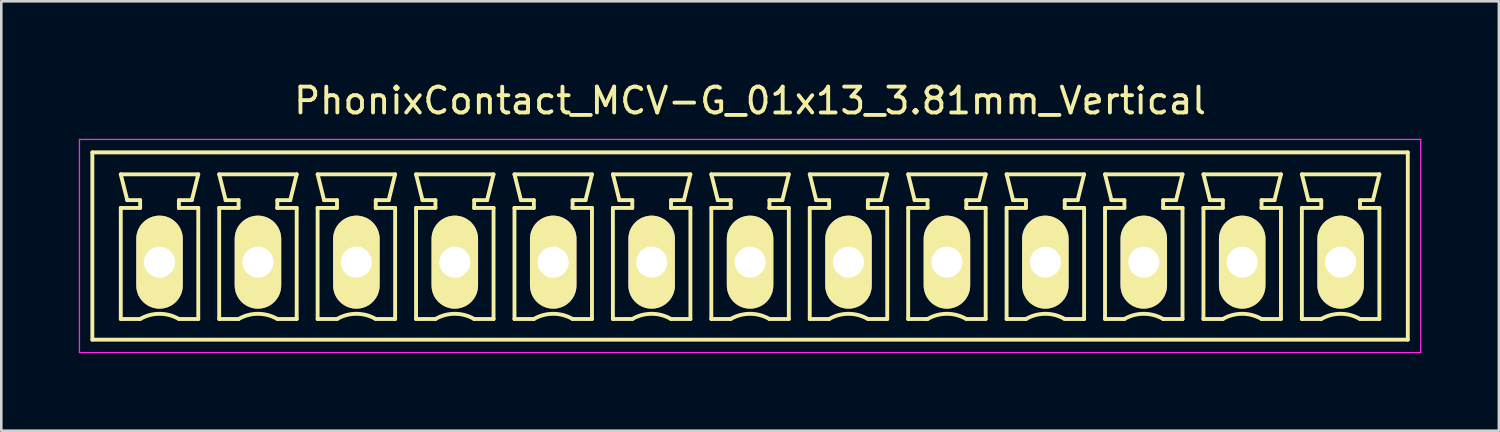
<source format=kicad_pcb>
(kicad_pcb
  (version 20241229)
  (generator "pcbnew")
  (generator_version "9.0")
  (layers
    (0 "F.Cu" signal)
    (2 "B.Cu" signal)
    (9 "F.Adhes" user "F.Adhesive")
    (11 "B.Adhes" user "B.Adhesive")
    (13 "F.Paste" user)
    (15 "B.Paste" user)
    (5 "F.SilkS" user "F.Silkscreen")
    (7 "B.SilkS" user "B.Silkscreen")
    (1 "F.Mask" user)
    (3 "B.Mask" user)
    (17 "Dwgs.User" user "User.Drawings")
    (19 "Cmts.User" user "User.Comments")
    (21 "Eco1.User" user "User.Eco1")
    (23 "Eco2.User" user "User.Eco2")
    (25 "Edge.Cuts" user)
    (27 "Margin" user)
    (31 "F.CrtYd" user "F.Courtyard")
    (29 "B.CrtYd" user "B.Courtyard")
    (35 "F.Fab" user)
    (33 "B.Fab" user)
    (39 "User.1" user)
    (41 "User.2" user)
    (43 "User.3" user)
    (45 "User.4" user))
  (footprint "PhonixContact_MCV-G_01x13_3.81mm_Vertical"
    (layer "F.Cu")
    (at 3.125 7.098)
    (property "Reference" "PhonixContact_MCV-G_01x13_3.81mm_Vertical" (at 22.86 -6.25 0) (layer "F.SilkS") (effects (font (size 1 1) (thickness 0.15))))
    (attr through_hole)
    (fp_line (start -2.6 -4.25) (end -2.6 3) (stroke (width 0.15) (type solid)) (layer "F.SilkS"))
    (fp_line (start -2.6 3) (end 48.32 3) (stroke (width 0.15) (type solid)) (layer "F.SilkS"))
    (fp_line (start -1.5 -3.4) (end 1.5 -3.4) (stroke (width 0.15) (type solid)) (layer "F.SilkS"))
    (fp_line (start -1.5 -2.1) (end -0.75 -2.1) (stroke (width 0.15) (type solid)) (layer "F.SilkS"))
    (fp_line (start -1.5 2.2) (end -1.5 -2.1) (stroke (width 0.15) (type solid)) (layer "F.SilkS"))
    (fp_line (start -1.25 -2.4) (end -1.5 -3.4) (stroke (width 0.15) (type solid)) (layer "F.SilkS"))
    (fp_line (start -0.75 -2.4) (end -1.25 -2.4) (stroke (width 0.15) (type solid)) (layer "F.SilkS"))
    (fp_line (start -0.75 -2.1) (end -0.75 -2.4) (stroke (width 0.15) (type solid)) (layer "F.SilkS"))
    (fp_line (start -0.75 2.2) (end -1.5 2.2) (stroke (width 0.15) (type solid)) (layer "F.SilkS"))
    (fp_line (start 0.75 -2.4) (end 0.75 -2.1) (stroke (width 0.15) (type solid)) (layer "F.SilkS"))
    (fp_line (start 0.75 -2.1) (end 0.75 -2.1) (stroke (width 0.15) (type solid)) (layer "F.SilkS"))
    (fp_line (start 0.75 -2.1) (end 1.5 -2.1) (stroke (width 0.15) (type solid)) (layer "F.SilkS"))
    (fp_line (start 1.25 -2.4) (end 0.75 -2.4) (stroke (width 0.15) (type solid)) (layer "F.SilkS"))
    (fp_line (start 1.5 -3.4) (end 1.25 -2.4) (stroke (width 0.15) (type solid)) (layer "F.SilkS"))
    (fp_line (start 1.5 -2.1) (end 1.5 2.2) (stroke (width 0.15) (type solid)) (layer "F.SilkS"))
    (fp_line (start 1.5 2.2) (end 0.75 2.2) (stroke (width 0.15) (type solid)) (layer "F.SilkS"))
    (fp_line (start 2.31 -3.4) (end 5.31 -3.4) (stroke (width 0.15) (type solid)) (layer "F.SilkS"))
    (fp_line (start 2.31 -2.1) (end 3.06 -2.1) (stroke (width 0.15) (type solid)) (layer "F.SilkS"))
    (fp_line (start 2.31 2.2) (end 2.31 -2.1) (stroke (width 0.15) (type solid)) (layer "F.SilkS"))
    (fp_line (start 2.56 -2.4) (end 2.31 -3.4) (stroke (width 0.15) (type solid)) (layer "F.SilkS"))
    (fp_line (start 3.06 -2.4) (end 2.56 -2.4) (stroke (width 0.15) (type solid)) (layer "F.SilkS"))
    (fp_line (start 3.06 -2.1) (end 3.06 -2.4) (stroke (width 0.15) (type solid)) (layer "F.SilkS"))
    (fp_line (start 3.06 2.2) (end 2.31 2.2) (stroke (width 0.15) (type solid)) (layer "F.SilkS"))
    (fp_line (start 4.56 -2.4) (end 4.56 -2.1) (stroke (width 0.15) (type solid)) (layer "F.SilkS"))
    (fp_line (start 4.56 -2.1) (end 4.56 -2.1) (stroke (width 0.15) (type solid)) (layer "F.SilkS"))
    (fp_line (start 4.56 -2.1) (end 5.31 -2.1) (stroke (width 0.15) (type solid)) (layer "F.SilkS"))
    (fp_line (start 5.06 -2.4) (end 4.56 -2.4) (stroke (width 0.15) (type solid)) (layer "F.SilkS"))
    (fp_line (start 5.31 -3.4) (end 5.06 -2.4) (stroke (width 0.15) (type solid)) (layer "F.SilkS"))
    (fp_line (start 5.31 -2.1) (end 5.31 2.2) (stroke (width 0.15) (type solid)) (layer "F.SilkS"))
    (fp_line (start 5.31 2.2) (end 4.56 2.2) (stroke (width 0.15) (type solid)) (layer "F.SilkS"))
    (fp_line (start 6.12 -3.4) (end 9.12 -3.4) (stroke (width 0.15) (type solid)) (layer "F.SilkS"))
    (fp_line (start 6.12 -2.1) (end 6.87 -2.1) (stroke (width 0.15) (type solid)) (layer "F.SilkS"))
    (fp_line (start 6.12 2.2) (end 6.12 -2.1) (stroke (width 0.15) (type solid)) (layer "F.SilkS"))
    (fp_line (start 6.37 -2.4) (end 6.12 -3.4) (stroke (width 0.15) (type solid)) (layer "F.SilkS"))
    (fp_line (start 6.87 -2.4) (end 6.37 -2.4) (stroke (width 0.15) (type solid)) (layer "F.SilkS"))
    (fp_line (start 6.87 -2.1) (end 6.87 -2.4) (stroke (width 0.15) (type solid)) (layer "F.SilkS"))
    (fp_line (start 6.87 2.2) (end 6.12 2.2) (stroke (width 0.15) (type solid)) (layer "F.SilkS"))
    (fp_line (start 8.37 -2.4) (end 8.37 -2.1) (stroke (width 0.15) (type solid)) (layer "F.SilkS"))
    (fp_line (start 8.37 -2.1) (end 8.37 -2.1) (stroke (width 0.15) (type solid)) (layer "F.SilkS"))
    (fp_line (start 8.37 -2.1) (end 9.12 -2.1) (stroke (width 0.15) (type solid)) (layer "F.SilkS"))
    (fp_line (start 8.87 -2.4) (end 8.37 -2.4) (stroke (width 0.15) (type solid)) (layer "F.SilkS"))
    (fp_line (start 9.12 -3.4) (end 8.87 -2.4) (stroke (width 0.15) (type solid)) (layer "F.SilkS"))
    (fp_line (start 9.12 -2.1) (end 9.12 2.2) (stroke (width 0.15) (type solid)) (layer "F.SilkS"))
    (fp_line (start 9.12 2.2) (end 8.37 2.2) (stroke (width 0.15) (type solid)) (layer "F.SilkS"))
    (fp_line (start 9.93 -3.4) (end 12.93 -3.4) (stroke (width 0.15) (type solid)) (layer "F.SilkS"))
    (fp_line (start 9.93 -2.1) (end 10.68 -2.1) (stroke (width 0.15) (type solid)) (layer "F.SilkS"))
    (fp_line (start 9.93 2.2) (end 9.93 -2.1) (stroke (width 0.15) (type solid)) (layer "F.SilkS"))
    (fp_line (start 10.18 -2.4) (end 9.93 -3.4) (stroke (width 0.15) (type solid)) (layer "F.SilkS"))
    (fp_line (start 10.68 -2.4) (end 10.18 -2.4) (stroke (width 0.15) (type solid)) (layer "F.SilkS"))
    (fp_line (start 10.68 -2.1) (end 10.68 -2.4) (stroke (width 0.15) (type solid)) (layer "F.SilkS"))
    (fp_line (start 10.68 2.2) (end 9.93 2.2) (stroke (width 0.15) (type solid)) (layer "F.SilkS"))
    (fp_line (start 12.18 -2.4) (end 12.18 -2.1) (stroke (width 0.15) (type solid)) (layer "F.SilkS"))
    (fp_line (start 12.18 -2.1) (end 12.18 -2.1) (stroke (width 0.15) (type solid)) (layer "F.SilkS"))
    (fp_line (start 12.18 -2.1) (end 12.93 -2.1) (stroke (width 0.15) (type solid)) (layer "F.SilkS"))
    (fp_line (start 12.68 -2.4) (end 12.18 -2.4) (stroke (width 0.15) (type solid)) (layer "F.SilkS"))
    (fp_line (start 12.93 -3.4) (end 12.68 -2.4) (stroke (width 0.15) (type solid)) (layer "F.SilkS"))
    (fp_line (start 12.93 -2.1) (end 12.93 2.2) (stroke (width 0.15) (type solid)) (layer "F.SilkS"))
    (fp_line (start 12.93 2.2) (end 12.18 2.2) (stroke (width 0.15) (type solid)) (layer "F.SilkS"))
    (fp_line (start 13.74 -3.4) (end 16.74 -3.4) (stroke (width 0.15) (type solid)) (layer "F.SilkS"))
    (fp_line (start 13.74 -2.1) (end 14.49 -2.1) (stroke (width 0.15) (type solid)) (layer "F.SilkS"))
    (fp_line (start 13.74 2.2) (end 13.74 -2.1) (stroke (width 0.15) (type solid)) (layer "F.SilkS"))
    (fp_line (start 13.99 -2.4) (end 13.74 -3.4) (stroke (width 0.15) (type solid)) (layer "F.SilkS"))
    (fp_line (start 14.49 -2.4) (end 13.99 -2.4) (stroke (width 0.15) (type solid)) (layer "F.SilkS"))
    (fp_line (start 14.49 -2.1) (end 14.49 -2.4) (stroke (width 0.15) (type solid)) (layer "F.SilkS"))
    (fp_line (start 14.49 2.2) (end 13.74 2.2) (stroke (width 0.15) (type solid)) (layer "F.SilkS"))
    (fp_line (start 15.99 -2.4) (end 15.99 -2.1) (stroke (width 0.15) (type solid)) (layer "F.SilkS"))
    (fp_line (start 15.99 -2.1) (end 15.99 -2.1) (stroke (width 0.15) (type solid)) (layer "F.SilkS"))
    (fp_line (start 15.99 -2.1) (end 16.74 -2.1) (stroke (width 0.15) (type solid)) (layer "F.SilkS"))
    (fp_line (start 16.49 -2.4) (end 15.99 -2.4) (stroke (width 0.15) (type solid)) (layer "F.SilkS"))
    (fp_line (start 16.74 -3.4) (end 16.49 -2.4) (stroke (width 0.15) (type solid)) (layer "F.SilkS"))
    (fp_line (start 16.74 -2.1) (end 16.74 2.2) (stroke (width 0.15) (type solid)) (layer "F.SilkS"))
    (fp_line (start 16.74 2.2) (end 15.99 2.2) (stroke (width 0.15) (type solid)) (layer "F.SilkS"))
    (fp_line (start 17.55 -3.4) (end 20.55 -3.4) (stroke (width 0.15) (type solid)) (layer "F.SilkS"))
    (fp_line (start 17.55 -2.1) (end 18.3 -2.1) (stroke (width 0.15) (type solid)) (layer "F.SilkS"))
    (fp_line (start 17.55 2.2) (end 17.55 -2.1) (stroke (width 0.15) (type solid)) (layer "F.SilkS"))
    (fp_line (start 17.8 -2.4) (end 17.55 -3.4) (stroke (width 0.15) (type solid)) (layer "F.SilkS"))
    (fp_line (start 18.3 -2.4) (end 17.8 -2.4) (stroke (width 0.15) (type solid)) (layer "F.SilkS"))
    (fp_line (start 18.3 -2.1) (end 18.3 -2.4) (stroke (width 0.15) (type solid)) (layer "F.SilkS"))
    (fp_line (start 18.3 2.2) (end 17.55 2.2) (stroke (width 0.15) (type solid)) (layer "F.SilkS"))
    (fp_line (start 19.8 -2.4) (end 19.8 -2.1) (stroke (width 0.15) (type solid)) (layer "F.SilkS"))
    (fp_line (start 19.8 -2.1) (end 19.8 -2.1) (stroke (width 0.15) (type solid)) (layer "F.SilkS"))
    (fp_line (start 19.8 -2.1) (end 20.55 -2.1) (stroke (width 0.15) (type solid)) (layer "F.SilkS"))
    (fp_line (start 20.3 -2.4) (end 19.8 -2.4) (stroke (width 0.15) (type solid)) (layer "F.SilkS"))
    (fp_line (start 20.55 -3.4) (end 20.3 -2.4) (stroke (width 0.15) (type solid)) (layer "F.SilkS"))
    (fp_line (start 20.55 -2.1) (end 20.55 2.2) (stroke (width 0.15) (type solid)) (layer "F.SilkS"))
    (fp_line (start 20.55 2.2) (end 19.8 2.2) (stroke (width 0.15) (type solid)) (layer "F.SilkS"))
    (fp_line (start 21.36 -3.4) (end 24.36 -3.4) (stroke (width 0.15) (type solid)) (layer "F.SilkS"))
    (fp_line (start 21.36 -2.1) (end 22.11 -2.1) (stroke (width 0.15) (type solid)) (layer "F.SilkS"))
    (fp_line (start 21.36 2.2) (end 21.36 -2.1) (stroke (width 0.15) (type solid)) (layer "F.SilkS"))
    (fp_line (start 21.61 -2.4) (end 21.36 -3.4) (stroke (width 0.15) (type solid)) (layer "F.SilkS"))
    (fp_line (start 22.11 -2.4) (end 21.61 -2.4) (stroke (width 0.15) (type solid)) (layer "F.SilkS"))
    (fp_line (start 22.11 -2.1) (end 22.11 -2.4) (stroke (width 0.15) (type solid)) (layer "F.SilkS"))
    (fp_line (start 22.11 2.2) (end 21.36 2.2) (stroke (width 0.15) (type solid)) (layer "F.SilkS"))
    (fp_line (start 23.61 -2.4) (end 23.61 -2.1) (stroke (width 0.15) (type solid)) (layer "F.SilkS"))
    (fp_line (start 23.61 -2.1) (end 23.61 -2.1) (stroke (width 0.15) (type solid)) (layer "F.SilkS"))
    (fp_line (start 23.61 -2.1) (end 24.36 -2.1) (stroke (width 0.15) (type solid)) (layer "F.SilkS"))
    (fp_line (start 24.11 -2.4) (end 23.61 -2.4) (stroke (width 0.15) (type solid)) (layer "F.SilkS"))
    (fp_line (start 24.36 -3.4) (end 24.11 -2.4) (stroke (width 0.15) (type solid)) (layer "F.SilkS"))
    (fp_line (start 24.36 -2.1) (end 24.36 2.2) (stroke (width 0.15) (type solid)) (layer "F.SilkS"))
    (fp_line (start 24.36 2.2) (end 23.61 2.2) (stroke (width 0.15) (type solid)) (layer "F.SilkS"))
    (fp_line (start 25.17 -3.4) (end 28.17 -3.4) (stroke (width 0.15) (type solid)) (layer "F.SilkS"))
    (fp_line (start 25.17 -2.1) (end 25.92 -2.1) (stroke (width 0.15) (type solid)) (layer "F.SilkS"))
    (fp_line (start 25.17 2.2) (end 25.17 -2.1) (stroke (width 0.15) (type solid)) (layer "F.SilkS"))
    (fp_line (start 25.42 -2.4) (end 25.17 -3.4) (stroke (width 0.15) (type solid)) (layer "F.SilkS"))
    (fp_line (start 25.92 -2.4) (end 25.42 -2.4) (stroke (width 0.15) (type solid)) (layer "F.SilkS"))
    (fp_line (start 25.92 -2.1) (end 25.92 -2.4) (stroke (width 0.15) (type solid)) (layer "F.SilkS"))
    (fp_line (start 25.92 2.2) (end 25.17 2.2) (stroke (width 0.15) (type solid)) (layer "F.SilkS"))
    (fp_line (start 27.42 -2.4) (end 27.42 -2.1) (stroke (width 0.15) (type solid)) (layer "F.SilkS"))
    (fp_line (start 27.42 -2.1) (end 27.42 -2.1) (stroke (width 0.15) (type solid)) (layer "F.SilkS"))
    (fp_line (start 27.42 -2.1) (end 28.17 -2.1) (stroke (width 0.15) (type solid)) (layer "F.SilkS"))
    (fp_line (start 27.92 -2.4) (end 27.42 -2.4) (stroke (width 0.15) (type solid)) (layer "F.SilkS"))
    (fp_line (start 28.17 -3.4) (end 27.92 -2.4) (stroke (width 0.15) (type solid)) (layer "F.SilkS"))
    (fp_line (start 28.17 -2.1) (end 28.17 2.2) (stroke (width 0.15) (type solid)) (layer "F.SilkS"))
    (fp_line (start 28.17 2.2) (end 27.42 2.2) (stroke (width 0.15) (type solid)) (layer "F.SilkS"))
    (fp_line (start 28.98 -3.4) (end 31.98 -3.4) (stroke (width 0.15) (type solid)) (layer "F.SilkS"))
    (fp_line (start 28.98 -2.1) (end 29.73 -2.1) (stroke (width 0.15) (type solid)) (layer "F.SilkS"))
    (fp_line (start 28.98 2.2) (end 28.98 -2.1) (stroke (width 0.15) (type solid)) (layer "F.SilkS"))
    (fp_line (start 29.23 -2.4) (end 28.98 -3.4) (stroke (width 0.15) (type solid)) (layer "F.SilkS"))
    (fp_line (start 29.73 -2.4) (end 29.23 -2.4) (stroke (width 0.15) (type solid)) (layer "F.SilkS"))
    (fp_line (start 29.73 -2.1) (end 29.73 -2.4) (stroke (width 0.15) (type solid)) (layer "F.SilkS"))
    (fp_line (start 29.73 2.2) (end 28.98 2.2) (stroke (width 0.15) (type solid)) (layer "F.SilkS"))
    (fp_line (start 31.23 -2.4) (end 31.23 -2.1) (stroke (width 0.15) (type solid)) (layer "F.SilkS"))
    (fp_line (start 31.23 -2.1) (end 31.23 -2.1) (stroke (width 0.15) (type solid)) (layer "F.SilkS"))
    (fp_line (start 31.23 -2.1) (end 31.98 -2.1) (stroke (width 0.15) (type solid)) (layer "F.SilkS"))
    (fp_line (start 31.73 -2.4) (end 31.23 -2.4) (stroke (width 0.15) (type solid)) (layer "F.SilkS"))
    (fp_line (start 31.98 -3.4) (end 31.73 -2.4) (stroke (width 0.15) (type solid)) (layer "F.SilkS"))
    (fp_line (start 31.98 -2.1) (end 31.98 2.2) (stroke (width 0.15) (type solid)) (layer "F.SilkS"))
    (fp_line (start 31.98 2.2) (end 31.23 2.2) (stroke (width 0.15) (type solid)) (layer "F.SilkS"))
    (fp_line (start 32.79 -3.4) (end 35.79 -3.4) (stroke (width 0.15) (type solid)) (layer "F.SilkS"))
    (fp_line (start 32.79 -2.1) (end 33.54 -2.1) (stroke (width 0.15) (type solid)) (layer "F.SilkS"))
    (fp_line (start 32.79 2.2) (end 32.79 -2.1) (stroke (width 0.15) (type solid)) (layer "F.SilkS"))
    (fp_line (start 33.04 -2.4) (end 32.79 -3.4) (stroke (width 0.15) (type solid)) (layer "F.SilkS"))
    (fp_line (start 33.54 -2.4) (end 33.04 -2.4) (stroke (width 0.15) (type solid)) (layer "F.SilkS"))
    (fp_line (start 33.54 -2.1) (end 33.54 -2.4) (stroke (width 0.15) (type solid)) (layer "F.SilkS"))
    (fp_line (start 33.54 2.2) (end 32.79 2.2) (stroke (width 0.15) (type solid)) (layer "F.SilkS"))
    (fp_line (start 35.04 -2.4) (end 35.04 -2.1) (stroke (width 0.15) (type solid)) (layer "F.SilkS"))
    (fp_line (start 35.04 -2.1) (end 35.04 -2.1) (stroke (width 0.15) (type solid)) (layer "F.SilkS"))
    (fp_line (start 35.04 -2.1) (end 35.79 -2.1) (stroke (width 0.15) (type solid)) (layer "F.SilkS"))
    (fp_line (start 35.54 -2.4) (end 35.04 -2.4) (stroke (width 0.15) (type solid)) (layer "F.SilkS"))
    (fp_line (start 35.79 -3.4) (end 35.54 -2.4) (stroke (width 0.15) (type solid)) (layer "F.SilkS"))
    (fp_line (start 35.79 -2.1) (end 35.79 2.2) (stroke (width 0.15) (type solid)) (layer "F.SilkS"))
    (fp_line (start 35.79 2.2) (end 35.04 2.2) (stroke (width 0.15) (type solid)) (layer "F.SilkS"))
    (fp_line (start 36.6 -3.4) (end 39.6 -3.4) (stroke (width 0.15) (type solid)) (layer "F.SilkS"))
    (fp_line (start 36.6 -2.1) (end 37.35 -2.1) (stroke (width 0.15) (type solid)) (layer "F.SilkS"))
    (fp_line (start 36.6 2.2) (end 36.6 -2.1) (stroke (width 0.15) (type solid)) (layer "F.SilkS"))
    (fp_line (start 36.85 -2.4) (end 36.6 -3.4) (stroke (width 0.15) (type solid)) (layer "F.SilkS"))
    (fp_line (start 37.35 -2.4) (end 36.85 -2.4) (stroke (width 0.15) (type solid)) (layer "F.SilkS"))
    (fp_line (start 37.35 -2.1) (end 37.35 -2.4) (stroke (width 0.15) (type solid)) (layer "F.SilkS"))
    (fp_line (start 37.35 2.2) (end 36.6 2.2) (stroke (width 0.15) (type solid)) (layer "F.SilkS"))
    (fp_line (start 38.85 -2.4) (end 38.85 -2.1) (stroke (width 0.15) (type solid)) (layer "F.SilkS"))
    (fp_line (start 38.85 -2.1) (end 38.85 -2.1) (stroke (width 0.15) (type solid)) (layer "F.SilkS"))
    (fp_line (start 38.85 -2.1) (end 39.6 -2.1) (stroke (width 0.15) (type solid)) (layer "F.SilkS"))
    (fp_line (start 39.35 -2.4) (end 38.85 -2.4) (stroke (width 0.15) (type solid)) (layer "F.SilkS"))
    (fp_line (start 39.6 -3.4) (end 39.35 -2.4) (stroke (width 0.15) (type solid)) (layer "F.SilkS"))
    (fp_line (start 39.6 -2.1) (end 39.6 2.2) (stroke (width 0.15) (type solid)) (layer "F.SilkS"))
    (fp_line (start 39.6 2.2) (end 38.85 2.2) (stroke (width 0.15) (type solid)) (layer "F.SilkS"))
    (fp_line (start 40.41 -3.4) (end 43.41 -3.4) (stroke (width 0.15) (type solid)) (layer "F.SilkS"))
    (fp_line (start 40.41 -2.1) (end 41.16 -2.1) (stroke (width 0.15) (type solid)) (layer "F.SilkS"))
    (fp_line (start 40.41 2.2) (end 40.41 -2.1) (stroke (width 0.15) (type solid)) (layer "F.SilkS"))
    (fp_line (start 40.66 -2.4) (end 40.41 -3.4) (stroke (width 0.15) (type solid)) (layer "F.SilkS"))
    (fp_line (start 41.16 -2.4) (end 40.66 -2.4) (stroke (width 0.15) (type solid)) (layer "F.SilkS"))
    (fp_line (start 41.16 -2.1) (end 41.16 -2.4) (stroke (width 0.15) (type solid)) (layer "F.SilkS"))
    (fp_line (start 41.16 2.2) (end 40.41 2.2) (stroke (width 0.15) (type solid)) (layer "F.SilkS"))
    (fp_line (start 42.66 -2.4) (end 42.66 -2.1) (stroke (width 0.15) (type solid)) (layer "F.SilkS"))
    (fp_line (start 42.66 -2.1) (end 42.66 -2.1) (stroke (width 0.15) (type solid)) (layer "F.SilkS"))
    (fp_line (start 42.66 -2.1) (end 43.41 -2.1) (stroke (width 0.15) (type solid)) (layer "F.SilkS"))
    (fp_line (start 43.16 -2.4) (end 42.66 -2.4) (stroke (width 0.15) (type solid)) (layer "F.SilkS"))
    (fp_line (start 43.41 -3.4) (end 43.16 -2.4) (stroke (width 0.15) (type solid)) (layer "F.SilkS"))
    (fp_line (start 43.41 -2.1) (end 43.41 2.2) (stroke (width 0.15) (type solid)) (layer "F.SilkS"))
    (fp_line (start 43.41 2.2) (end 42.66 2.2) (stroke (width 0.15) (type solid)) (layer "F.SilkS"))
    (fp_line (start 44.22 -3.4) (end 47.22 -3.4) (stroke (width 0.15) (type solid)) (layer "F.SilkS"))
    (fp_line (start 44.22 -2.1) (end 44.97 -2.1) (stroke (width 0.15) (type solid)) (layer "F.SilkS"))
    (fp_line (start 44.22 2.2) (end 44.22 -2.1) (stroke (width 0.15) (type solid)) (layer "F.SilkS"))
    (fp_line (start 44.47 -2.4) (end 44.22 -3.4) (stroke (width 0.15) (type solid)) (layer "F.SilkS"))
    (fp_line (start 44.97 -2.4) (end 44.47 -2.4) (stroke (width 0.15) (type solid)) (layer "F.SilkS"))
    (fp_line (start 44.97 -2.1) (end 44.97 -2.4) (stroke (width 0.15) (type solid)) (layer "F.SilkS"))
    (fp_line (start 44.97 2.2) (end 44.22 2.2) (stroke (width 0.15) (type solid)) (layer "F.SilkS"))
    (fp_line (start 46.47 -2.4) (end 46.47 -2.1) (stroke (width 0.15) (type solid)) (layer "F.SilkS"))
    (fp_line (start 46.47 -2.1) (end 46.47 -2.1) (stroke (width 0.15) (type solid)) (layer "F.SilkS"))
    (fp_line (start 46.47 -2.1) (end 47.22 -2.1) (stroke (width 0.15) (type solid)) (layer "F.SilkS"))
    (fp_line (start 46.97 -2.4) (end 46.47 -2.4) (stroke (width 0.15) (type solid)) (layer "F.SilkS"))
    (fp_line (start 47.22 -3.4) (end 46.97 -2.4) (stroke (width 0.15) (type solid)) (layer "F.SilkS"))
    (fp_line (start 47.22 -2.1) (end 47.22 2.2) (stroke (width 0.15) (type solid)) (layer "F.SilkS"))
    (fp_line (start 47.22 2.2) (end 46.47 2.2) (stroke (width 0.15) (type solid)) (layer "F.SilkS"))
    (fp_line (start 48.32 -4.25) (end -2.6 -4.25) (stroke (width 0.15) (type solid)) (layer "F.SilkS"))
    (fp_line (start 48.32 3) (end 48.32 -4.25) (stroke (width 0.15) (type solid)) (layer "F.SilkS"))
    (fp_arc (start -0.75 2.2) (mid -0.006068 1.999179) (end 0.739464 2.193978) (stroke (width 0.15) (type solid)) (layer "F.SilkS"))
    (fp_arc (start 3.06 2.2) (mid 3.803932 1.999179) (end 4.549464 2.193978) (stroke (width 0.15) (type solid)) (layer "F.SilkS"))
    (fp_arc (start 6.87 2.2) (mid 7.613932 1.999179) (end 8.359464 2.193978) (stroke (width 0.15) (type solid)) (layer "F.SilkS"))
    (fp_arc (start 10.68 2.2) (mid 11.423932 1.999179) (end 12.169464 2.193978) (stroke (width 0.15) (type solid)) (layer "F.SilkS"))
    (fp_arc (start 14.49 2.2) (mid 15.233932 1.999179) (end 15.979464 2.193978) (stroke (width 0.15) (type solid)) (layer "F.SilkS"))
    (fp_arc (start 18.3 2.2) (mid 19.043932 1.999179) (end 19.789464 2.193978) (stroke (width 0.15) (type solid)) (layer "F.SilkS"))
    (fp_arc (start 22.11 2.2) (mid 22.853932 1.999179) (end 23.599464 2.193978) (stroke (width 0.15) (type solid)) (layer "F.SilkS"))
    (fp_arc (start 25.92 2.2) (mid 26.663932 1.999179) (end 27.409464 2.193978) (stroke (width 0.15) (type solid)) (layer "F.SilkS"))
    (fp_arc (start 29.73 2.2) (mid 30.473932 1.999179) (end 31.219464 2.193978) (stroke (width 0.15) (type solid)) (layer "F.SilkS"))
    (fp_arc (start 33.54 2.2) (mid 34.283932 1.999179) (end 35.029464 2.193978) (stroke (width 0.15) (type solid)) (layer "F.SilkS"))
    (fp_arc (start 37.35 2.2) (mid 38.093932 1.999179) (end 38.839464 2.193978) (stroke (width 0.15) (type solid)) (layer "F.SilkS"))
    (fp_arc (start 41.16 2.2) (mid 41.903932 1.999179) (end 42.649464 2.193978) (stroke (width 0.15) (type solid)) (layer "F.SilkS"))
    (fp_arc (start 44.97 2.2) (mid 45.713932 1.999179) (end 46.459464 2.193978) (stroke (width 0.15) (type solid)) (layer "F.SilkS"))
    (fp_line (start -3.1 -4.75) (end -3.1 3.5) (stroke (width 0.05) (type solid)) (layer "F.CrtYd"))
    (fp_line (start -3.1 3.5) (end 48.82 3.5) (stroke (width 0.05) (type solid)) (layer "F.CrtYd"))
    (fp_line (start 48.82 -4.75) (end -3.1 -4.75) (stroke (width 0.05) (type solid)) (layer "F.CrtYd"))
    (fp_line (start 48.82 3.5) (end 48.82 -4.75) (stroke (width 0.05) (type solid)) (layer "F.CrtYd"))
    (pad "1" thru_hole oval (at 0 0) (size 1.8 3.6) (drill 1.2) (layers "*.Cu" "*.Mask" "F.SilkS"))
    (pad "2" thru_hole oval (at 3.81 0) (size 1.8 3.6) (drill 1.2) (layers "*.Cu" "*.Mask" "F.SilkS"))
    (pad "3" thru_hole oval (at 7.62 0) (size 1.8 3.6) (drill 1.2) (layers "*.Cu" "*.Mask" "F.SilkS"))
    (pad "4" thru_hole oval (at 11.43 0) (size 1.8 3.6) (drill 1.2) (layers "*.Cu" "*.Mask" "F.SilkS"))
    (pad "5" thru_hole oval (at 15.24 0) (size 1.8 3.6) (drill 1.2) (layers "*.Cu" "*.Mask" "F.SilkS"))
    (pad "6" thru_hole oval (at 19.05 0) (size 1.8 3.6) (drill 1.2) (layers "*.Cu" "*.Mask" "F.SilkS"))
    (pad "7" thru_hole oval (at 22.86 0) (size 1.8 3.6) (drill 1.2) (layers "*.Cu" "*.Mask" "F.SilkS"))
    (pad "8" thru_hole oval (at 26.67 0) (size 1.8 3.6) (drill 1.2) (layers "*.Cu" "*.Mask" "F.SilkS"))
    (pad "9" thru_hole oval (at 30.48 0) (size 1.8 3.6) (drill 1.2) (layers "*.Cu" "*.Mask" "F.SilkS"))
    (pad "10" thru_hole oval (at 34.29 0) (size 1.8 3.6) (drill 1.2) (layers "*.Cu" "*.Mask" "F.SilkS"))
    (pad "11" thru_hole oval (at 38.1 0) (size 1.8 3.6) (drill 1.2) (layers "*.Cu" "*.Mask" "F.SilkS"))
    (pad "12" thru_hole oval (at 41.91 0) (size 1.8 3.6) (drill 1.2) (layers "*.Cu" "*.Mask" "F.SilkS"))
    (pad "13" thru_hole oval (at 45.72 0) (size 1.8 3.6) (drill 1.2) (layers "*.Cu" "*.Mask" "F.SilkS")))
  (gr_rect
    (start -3 -3)
    (end 54.97 13.623)
    (stroke (width 0.1) (type default))
    (fill no)
    (layer "Edge.Cuts")))
</source>
